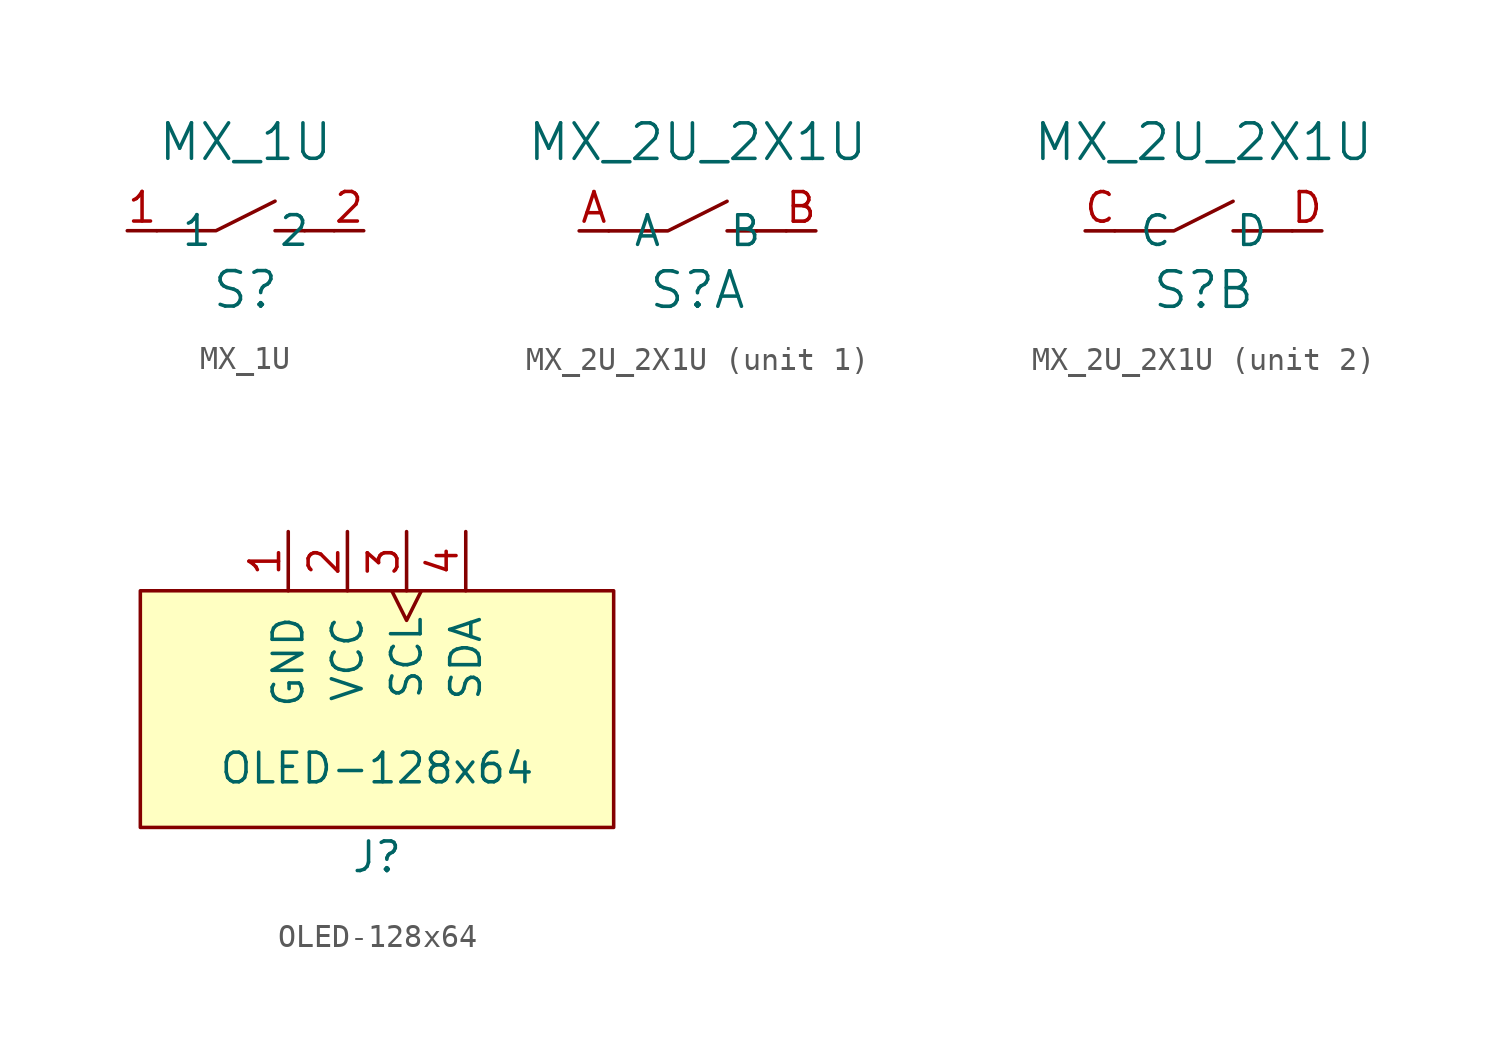
<source format=kicad_sym>
(kicad_symbol_lib
  (version 20220914)
  (generator kicad_symbol_editor)
  (symbol "MX_1U"
    (pin_names
      (offset 1.016))
    (property "Reference" "S"
      (at 0 -2.54 0)
      (effects (font (size 1.524 1.524))))
    (property "Value" "MX_1U"
      (at 0 3.81 0)
      (effects (font (size 1.524 1.524))))
    (symbol "MX_1U_1_1"
      (polyline (pts (xy 2.54 0) (xy 1.27 0)) (stroke (width 0) (type solid)) (fill (type none)))
      (polyline (pts (xy 3.81 0) (xy 2.54 0)) (stroke (width 0) (type solid)) (fill (type none)))
      (polyline (pts (xy 1.27 1.27) (xy -1.27 0) (xy -3.81 0)) (stroke (width 0) (type solid)) (fill (type none)))
      (pin bidirectional line (at -5.08 0 0) (length 1.27) (name "1" (effects (font (size 1.27 1.27)))) (number "1" (effects (font (size 1.27 1.27)))))
      (pin bidirectional line (at 5.08 0 180) (length 1.27) (name "2" (effects (font (size 1.27 1.27)))) (number "2" (effects (font (size 1.27 1.27)))))))
  (symbol "MX_2U_2X1U"
    (pin_names
      (offset 1.016))
    (property "Reference" "S"
      (at 0 -2.54 0)
      (effects (font (size 1.524 1.524))))
    (property "Value" "MX_2U_2X1U"
      (at 0 3.81 0)
      (effects (font (size 1.524 1.524))))
    (property "ki_locked" ""
      (at 0 0 0)
      (effects (font (size 1.27 1.27))))
    (symbol "MX_2U_2X1U_1_1"
      (polyline (pts (xy 2.54 0) (xy 1.27 0)) (stroke (width 0) (type solid)) (fill (type none)))
      (polyline (pts (xy 3.81 0) (xy 2.54 0)) (stroke (width 0) (type solid)) (fill (type none)))
      (polyline (pts (xy 1.27 1.27) (xy -1.27 0) (xy -3.81 0)) (stroke (width 0) (type solid)) (fill (type none)))
      (pin bidirectional line (at -5.08 0 0) (length 1.27) (name "A" (effects (font (size 1.27 1.27)))) (number "A" (effects (font (size 1.27 1.27)))))
      (pin bidirectional line (at 5.08 0 180) (length 1.27) (name "B" (effects (font (size 1.27 1.27)))) (number "B" (effects (font (size 1.27 1.27))))))
    (symbol "MX_2U_2X1U_2_1"
      (polyline (pts (xy 2.54 0) (xy 1.27 0)) (stroke (width 0) (type solid)) (fill (type none)))
      (polyline (pts (xy 3.81 0) (xy 2.54 0)) (stroke (width 0) (type solid)) (fill (type none)))
      (polyline (pts (xy 1.27 1.27) (xy -1.27 0) (xy -3.81 0)) (stroke (width 0) (type solid)) (fill (type none)))
      (pin bidirectional line (at -5.08 0 0) (length 1.27) (name "C" (effects (font (size 1.27 1.27)))) (number "C" (effects (font (size 1.27 1.27)))))
      (pin bidirectional line (at 5.08 0 180) (length 1.27) (name "D" (effects (font (size 1.27 1.27)))) (number "D" (effects (font (size 1.27 1.27)))))))
  (symbol "OLED-128x64"
    (pin_names
      (offset 1.016))
    (property "Reference" "J"
      (at 0 -11.43 0)
      (effects (font (size 1.27 1.27))))
    (property "Value" "OLED-128x64"
      (at 0 -7.62 0)
      (effects (font (size 1.27 1.27))))
    (symbol "OLED-128x64_0_1"
      (rectangle (start 10.16 -10.16) (end -10.16 0) (stroke (width 0) (type default)) (fill (type background))))
    (symbol "OLED-128x64_1_1"
      (pin power_in line (at -3.81 2.54 270) (length 2.54) (name "GND" (effects (font (size 1.27 1.27)))) (number "1" (effects (font (size 1.27 1.27)))))
      (pin power_in line (at -1.27 2.54 270) (length 2.54) (name "VCC" (effects (font (size 1.27 1.27)))) (number "2" (effects (font (size 1.27 1.27)))))
      (pin input clock (at 1.27 2.54 270) (length 2.54) (name "SCL" (effects (font (size 1.27 1.27)))) (number "3" (effects (font (size 1.27 1.27)))))
      (pin bidirectional line (at 3.81 2.54 270) (length 2.54) (name "SDA" (effects (font (size 1.27 1.27)))) (number "4" (effects (font (size 1.27 1.27))))))))
</source>
